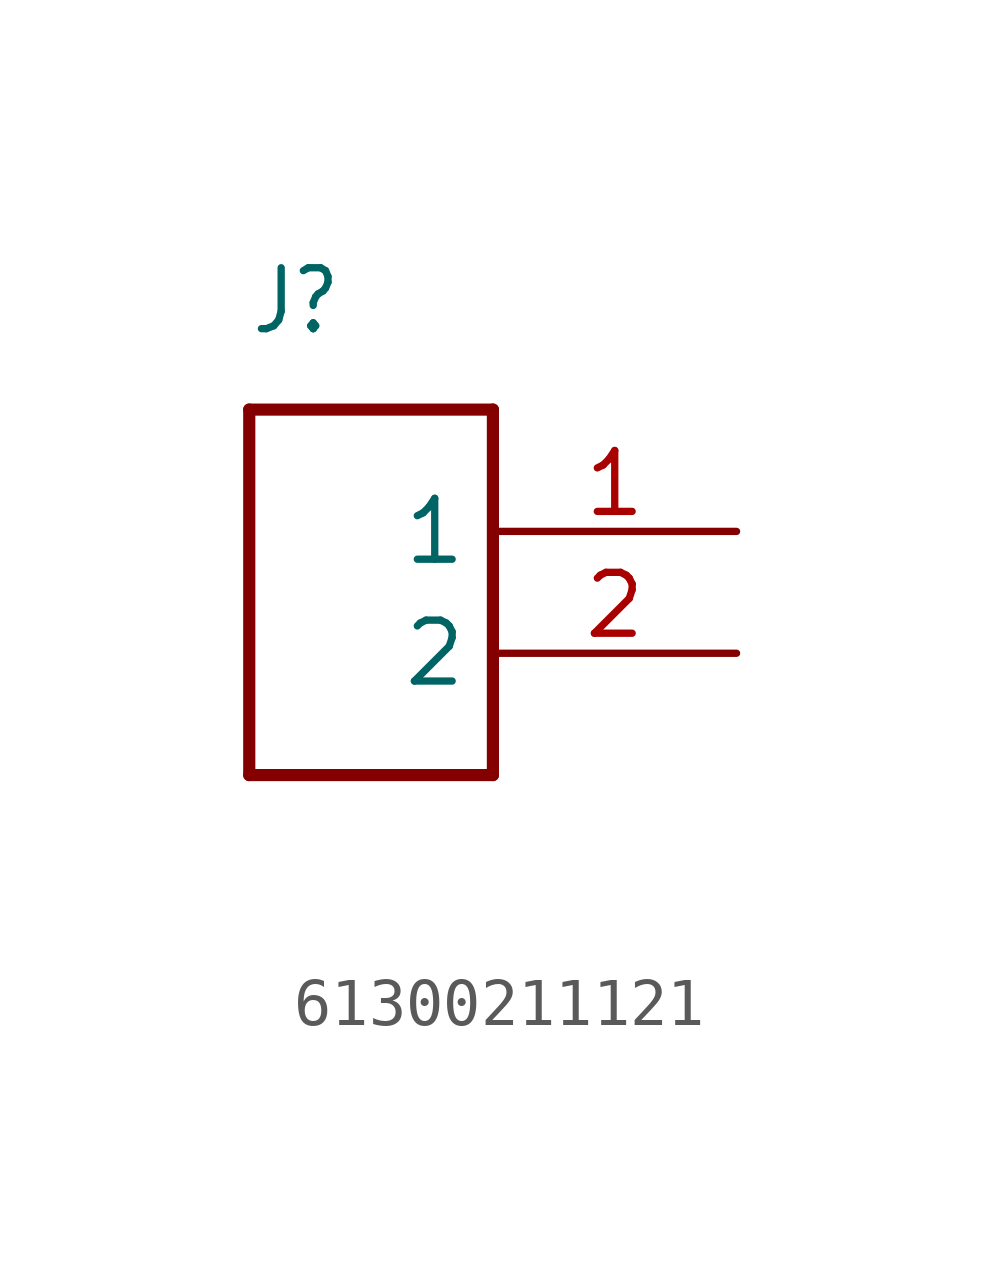
<source format=kicad_sym>
(kicad_symbol_lib
  (version 20231120)
  (generator "kicad_symbol_editor")
  (generator_version "8.99")
  (symbol "61300211121"
    (property "Reference" "J"
      (at -2.54 4.064 0)
      (effects (font (size 1.27 1.079)) (justify left bottom)))
    (property "Value" ""
      (at -2.54 -7.62 0)
      (effects (font (size 1.27 1.079)) (justify left bottom)))
    (property "ki_locked" ""
      (at 0 0 0)
      (effects (font (size 1.27 1.27))))
    (symbol "61300211121_1_0"
      (polyline (pts (xy -2.54 -5.08) (xy -2.54 2.54)) (stroke (width 0.254) (type solid)) (fill (type none)))
      (polyline (pts (xy -2.54 2.54) (xy 2.54 2.54)) (stroke (width 0.254) (type solid)) (fill (type none)))
      (polyline (pts (xy 2.54 -5.08) (xy -2.54 -5.08)) (stroke (width 0.254) (type solid)) (fill (type none)))
      (polyline (pts (xy 2.54 2.54) (xy 2.54 -5.08)) (stroke (width 0.254) (type solid)) (fill (type none)))
      (pin passive line (at 7.62 0 180) (length 5.08) (name "1" (effects (font (size 1.27 1.27)))) (number "1" (effects (font (size 1.27 1.27)))))
      (pin passive line (at 7.62 -2.54 180) (length 5.08) (name "2" (effects (font (size 1.27 1.27)))) (number "2" (effects (font (size 1.27 1.27))))))))
</source>
